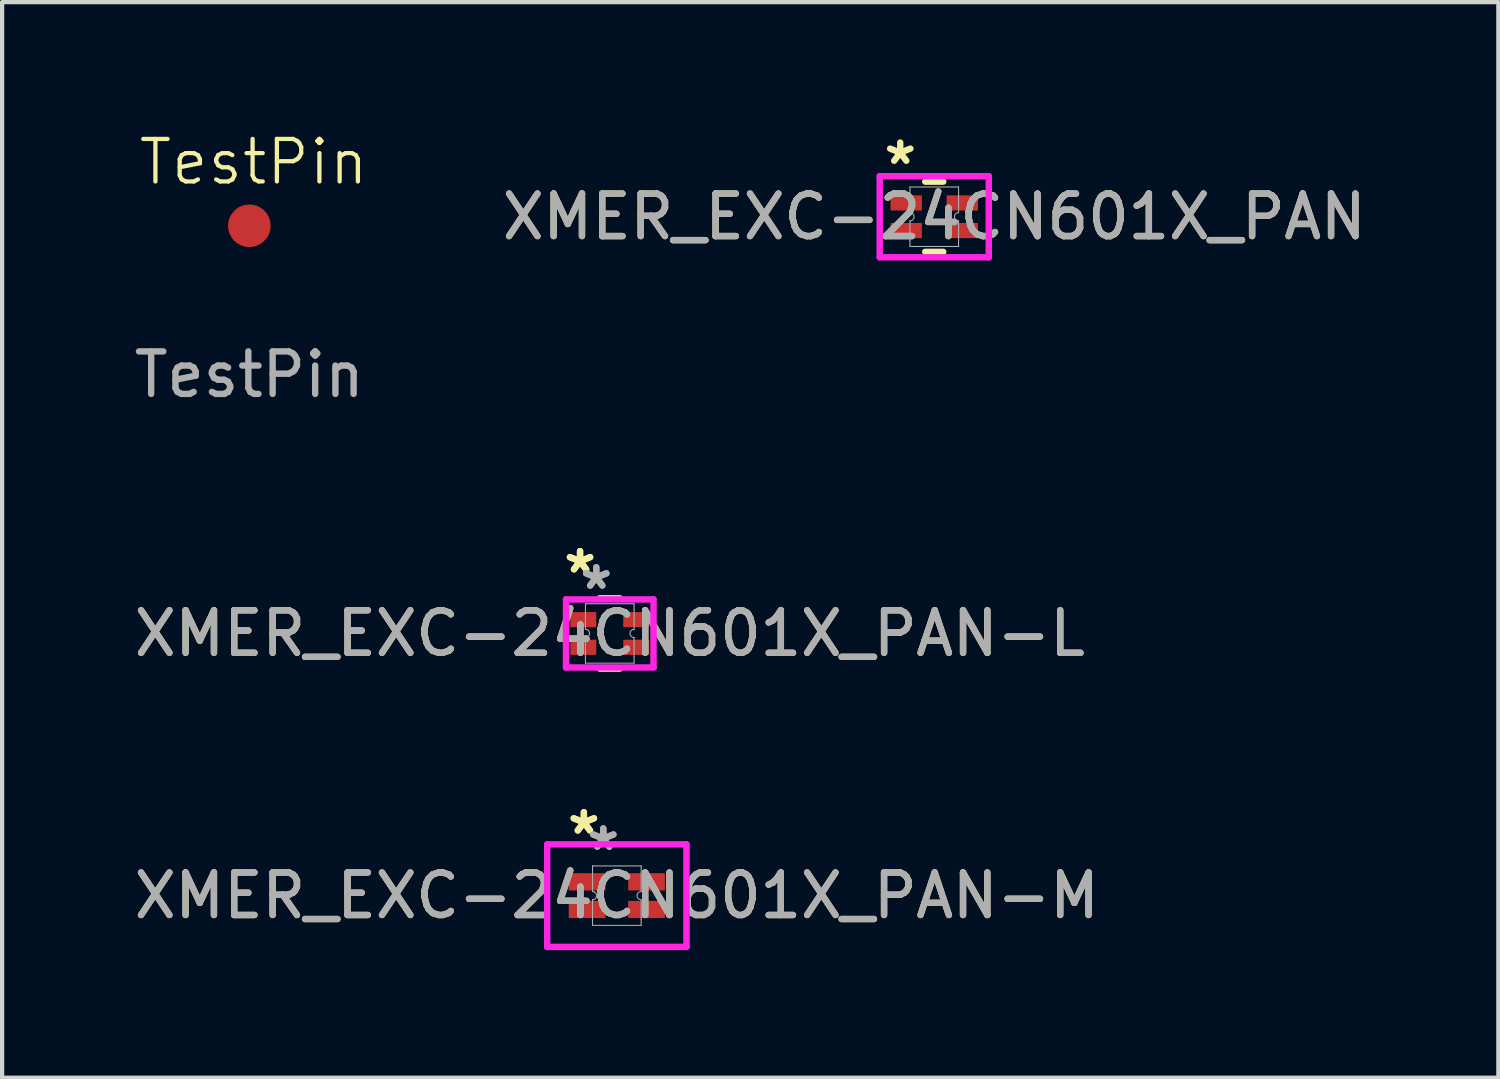
<source format=kicad_pcb>
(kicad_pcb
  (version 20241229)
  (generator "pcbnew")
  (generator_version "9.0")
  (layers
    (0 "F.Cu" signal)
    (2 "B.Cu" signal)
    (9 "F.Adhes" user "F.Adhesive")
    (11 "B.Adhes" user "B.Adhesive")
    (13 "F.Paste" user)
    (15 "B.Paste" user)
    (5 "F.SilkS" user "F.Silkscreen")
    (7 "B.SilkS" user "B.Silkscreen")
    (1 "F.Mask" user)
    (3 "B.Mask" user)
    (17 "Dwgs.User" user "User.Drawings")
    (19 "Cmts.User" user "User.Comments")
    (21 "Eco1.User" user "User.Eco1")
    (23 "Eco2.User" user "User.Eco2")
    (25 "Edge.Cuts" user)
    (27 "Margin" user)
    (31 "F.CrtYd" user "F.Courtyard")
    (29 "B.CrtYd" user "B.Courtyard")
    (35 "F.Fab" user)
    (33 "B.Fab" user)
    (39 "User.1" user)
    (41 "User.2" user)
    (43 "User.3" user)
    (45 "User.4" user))
  (footprint "XMER_EXC-24CN601X_PAN"
    (layer "F.Cu")
    (at 18.924 2.048)
    (property "Reference" "XMER_EXC-24CN601X_PAN" (at 0 0 0) (unlocked yes) (layer "F.SilkS") (effects (font (size 1 1) (thickness 0.15))))
    (attr smd)
    (fp_line (start -0.211 0.826) (end 0.211 0.826) (stroke (width 0.152) (type solid)) (layer "F.SilkS"))
    (fp_line (start 0.211 -0.826) (end -0.211 -0.826) (stroke (width 0.152) (type solid)) (layer "F.SilkS"))
    (fp_line (start -1.283 -0.953) (end 1.283 -0.953) (stroke (width 0.152) (type solid)) (layer "F.CrtYd"))
    (fp_line (start -1.283 0.953) (end -1.283 -0.953) (stroke (width 0.152) (type solid)) (layer "F.CrtYd"))
    (fp_line (start 1.283 -0.953) (end 1.283 0.953) (stroke (width 0.152) (type solid)) (layer "F.CrtYd"))
    (fp_line (start 1.283 0.953) (end -1.283 0.953) (stroke (width 0.152) (type solid)) (layer "F.CrtYd"))
    (fp_line (start -0.572 -0.699) (end -0.572 -0.554) (stroke (width 0.025) (type solid)) (layer "F.Fab"))
    (fp_line (start -0.572 -0.554) (end -0.572 -0.096) (stroke (width 0.025) (type solid)) (layer "F.Fab"))
    (fp_line (start -0.572 0.096) (end -0.572 0.554) (stroke (width 0.025) (type solid)) (layer "F.Fab"))
    (fp_line (start -0.572 0.554) (end -0.572 0.699) (stroke (width 0.025) (type solid)) (layer "F.Fab"))
    (fp_line (start -0.572 0.699) (end 0.572 0.699) (stroke (width 0.025) (type solid)) (layer "F.Fab"))
    (fp_line (start 0.572 -0.699) (end -0.572 -0.699) (stroke (width 0.025) (type solid)) (layer "F.Fab"))
    (fp_line (start 0.572 -0.699) (end 0.572 -0.554) (stroke (width 0.025) (type solid)) (layer "F.Fab"))
    (fp_line (start 0.572 -0.554) (end 0.572 -0.096) (stroke (width 0.025) (type solid)) (layer "F.Fab"))
    (fp_line (start 0.572 0.096) (end 0.572 0.554) (stroke (width 0.025) (type solid)) (layer "F.Fab"))
    (fp_line (start 0.572 0.554) (end 0.572 0.699) (stroke (width 0.025) (type solid)) (layer "F.Fab"))
    (fp_arc (start -0.5715 -0.096401) (mid -0.475099 0) (end -0.5715 0.096401) (stroke (width 0.0254) (type solid)) (layer "F.Fab"))
    (fp_arc (start 0.5715 0.096401) (mid 0.475099 0) (end 0.5715 -0.096401) (stroke (width 0.0254) (type solid)) (layer "F.Fab"))
    (fp_text user "*" (at -0.8 -1.2 0) (layer "F.SilkS") (effects (font (size 1 1) (thickness 0.15))))
    (fp_text user "${REFERENCE}" (at 0 0 0) (unlocked yes) (layer "F.Fab") (effects (font (size 1 1) (thickness 0.15))))
    (pad "1" smd rect (at -0.66 -0.325) (size 0.737 0.356) (layers "F.Cu" "F.Mask" "F.Paste"))
    (pad "2" smd rect (at -0.66 0.325) (size 0.737 0.356) (layers "F.Cu" "F.Mask" "F.Paste"))
    (pad "3" smd rect (at 0.66 0.325) (size 0.737 0.356) (layers "F.Cu" "F.Mask" "F.Paste"))
    (pad "4" smd rect (at 0.66 -0.325) (size 0.737 0.356) (layers "F.Cu" "F.Mask" "F.Paste")))
  (footprint "XMER_EXC-24CN601X_PAN-M"
    (layer "F.Cu")
    (at 11.458 18.016)
    (property "Reference" "XMER_EXC-24CN601X_PAN-M" (at 0 0 0) (unlocked yes) (layer "F.SilkS") (effects (font (size 1 1) (thickness 0.15))))
    (attr smd)
    (fp_line (start -1.638 -1.206) (end 1.638 -1.206) (stroke (width 0.152) (type solid)) (layer "F.CrtYd"))
    (fp_line (start -1.638 1.206) (end -1.638 -1.206) (stroke (width 0.152) (type solid)) (layer "F.CrtYd"))
    (fp_line (start 1.638 -1.206) (end 1.638 1.206) (stroke (width 0.152) (type solid)) (layer "F.CrtYd"))
    (fp_line (start 1.638 1.206) (end -1.638 1.206) (stroke (width 0.152) (type solid)) (layer "F.CrtYd"))
    (fp_line (start -0.572 -0.699) (end -0.572 -0.554) (stroke (width 0.025) (type solid)) (layer "F.Fab"))
    (fp_line (start -0.572 -0.554) (end -0.572 -0.096) (stroke (width 0.025) (type solid)) (layer "F.Fab"))
    (fp_line (start -0.572 0.096) (end -0.572 0.554) (stroke (width 0.025) (type solid)) (layer "F.Fab"))
    (fp_line (start -0.572 0.554) (end -0.572 0.699) (stroke (width 0.025) (type solid)) (layer "F.Fab"))
    (fp_line (start -0.572 0.699) (end 0.572 0.699) (stroke (width 0.025) (type solid)) (layer "F.Fab"))
    (fp_line (start 0.572 -0.699) (end -0.572 -0.699) (stroke (width 0.025) (type solid)) (layer "F.Fab"))
    (fp_line (start 0.572 -0.699) (end 0.572 -0.554) (stroke (width 0.025) (type solid)) (layer "F.Fab"))
    (fp_line (start 0.572 -0.554) (end 0.572 -0.096) (stroke (width 0.025) (type solid)) (layer "F.Fab"))
    (fp_line (start 0.572 0.096) (end 0.572 0.554) (stroke (width 0.025) (type solid)) (layer "F.Fab"))
    (fp_line (start 0.572 0.554) (end 0.572 0.699) (stroke (width 0.025) (type solid)) (layer "F.Fab"))
    (fp_arc (start -0.5715 -0.096401) (mid -0.475099 0) (end -0.5715 0.096401) (stroke (width 0.0254) (type solid)) (layer "F.Fab"))
    (fp_arc (start 0.5715 0.096401) (mid 0.475099 0) (end 0.5715 -0.096401) (stroke (width 0.0254) (type solid)) (layer "F.Fab"))
    (fp_text user "*" (at -0.775 -1.417 0) (layer "F.SilkS") (effects (font (size 1 1) (thickness 0.15))))
    (fp_text user "*" (at -0.775 -1.417 0) (unlocked yes) (layer "F.SilkS") (effects (font (size 1 1) (thickness 0.15))))
    (fp_text user "*" (at -0.318 -1.036 0) (unlocked yes) (layer "F.Fab") (effects (font (size 1 1) (thickness 0.15))))
    (fp_text user "*" (at -0.318 -1.036 0) (layer "F.Fab") (effects (font (size 1 1) (thickness 0.15))))
    (fp_text user "${REFERENCE}" (at 0 0 0) (unlocked yes) (layer "F.Fab") (effects (font (size 1 1) (thickness 0.15))))
    (pad "1" smd rect (at -0.699 -0.325) (size 0.864 0.406) (layers "F.Cu" "F.Mask" "F.Paste"))
    (pad "2" smd rect (at -0.699 0.325) (size 0.864 0.406) (layers "F.Cu" "F.Mask" "F.Paste"))
    (pad "3" smd rect (at 0.699 0.325) (size 0.864 0.406) (layers "F.Cu" "F.Mask" "F.Paste"))
    (pad "4" smd rect (at 0.699 -0.325) (size 0.864 0.406) (layers "F.Cu" "F.Mask" "F.Paste")))
  (footprint "XMER_EXC-24CN601X_PAN-L"
    (layer "F.Cu")
    (at 11.292 11.849)
    (property "Reference" "XMER_EXC-24CN601X_PAN-L" (at 0 0 0) (unlocked yes) (layer "F.SilkS") (effects (font (size 1 1) (thickness 0.15))))
    (attr smd)
    (fp_line (start -0.236 0.826) (end 0.236 0.826) (stroke (width 0.152) (type solid)) (layer "F.SilkS"))
    (fp_line (start 0.236 -0.826) (end -0.236 -0.826) (stroke (width 0.152) (type solid)) (layer "F.SilkS"))
    (fp_line (start -1.029 -0.8) (end 1.029 -0.8) (stroke (width 0.152) (type solid)) (layer "F.CrtYd"))
    (fp_line (start -1.029 0.8) (end -1.029 -0.8) (stroke (width 0.152) (type solid)) (layer "F.CrtYd"))
    (fp_line (start 1.029 -0.8) (end 1.029 0.8) (stroke (width 0.152) (type solid)) (layer "F.CrtYd"))
    (fp_line (start 1.029 0.8) (end -1.029 0.8) (stroke (width 0.152) (type solid)) (layer "F.CrtYd"))
    (fp_line (start -0.572 -0.699) (end -0.572 -0.554) (stroke (width 0.025) (type solid)) (layer "F.Fab"))
    (fp_line (start -0.572 -0.554) (end -0.572 -0.096) (stroke (width 0.025) (type solid)) (layer "F.Fab"))
    (fp_line (start -0.572 0.096) (end -0.572 0.554) (stroke (width 0.025) (type solid)) (layer "F.Fab"))
    (fp_line (start -0.572 0.554) (end -0.572 0.699) (stroke (width 0.025) (type solid)) (layer "F.Fab"))
    (fp_line (start -0.572 0.699) (end 0.572 0.699) (stroke (width 0.025) (type solid)) (layer "F.Fab"))
    (fp_line (start 0.572 -0.699) (end -0.572 -0.699) (stroke (width 0.025) (type solid)) (layer "F.Fab"))
    (fp_line (start 0.572 -0.699) (end 0.572 -0.554) (stroke (width 0.025) (type solid)) (layer "F.Fab"))
    (fp_line (start 0.572 -0.554) (end 0.572 -0.096) (stroke (width 0.025) (type solid)) (layer "F.Fab"))
    (fp_line (start 0.572 0.096) (end 0.572 0.554) (stroke (width 0.025) (type solid)) (layer "F.Fab"))
    (fp_line (start 0.572 0.554) (end 0.572 0.699) (stroke (width 0.025) (type solid)) (layer "F.Fab"))
    (fp_arc (start -0.5715 -0.096401) (mid -0.475099 0) (end -0.5715 0.096401) (stroke (width 0.0254) (type solid)) (layer "F.Fab"))
    (fp_arc (start 0.5715 0.096401) (mid 0.475099 0) (end 0.5715 -0.096401) (stroke (width 0.0254) (type solid)) (layer "F.Fab"))
    (fp_text user "*" (at -0.699 -1.392 0) (unlocked yes) (layer "F.SilkS") (effects (font (size 1 1) (thickness 0.15))))
    (fp_text user "*" (at -0.699 -1.392 0) (layer "F.SilkS") (effects (font (size 1 1) (thickness 0.15))))
    (fp_text user "*" (at -0.318 -1.011 0) (layer "F.Fab") (effects (font (size 1 1) (thickness 0.15))))
    (fp_text user "${REFERENCE}" (at 0 0 0) (unlocked yes) (layer "F.Fab") (effects (font (size 1 1) (thickness 0.15))))
    (fp_text user "*" (at -0.318 -1.011 0) (unlocked yes) (layer "F.Fab") (effects (font (size 1 1) (thickness 0.15))))
    (pad "1" smd rect (at -0.622 -0.325) (size 0.61 0.356) (layers "F.Cu" "F.Mask" "F.Paste"))
    (pad "2" smd rect (at -0.622 0.325) (size 0.61 0.356) (layers "F.Cu" "F.Mask" "F.Paste"))
    (pad "3" smd rect (at 0.622 0.325) (size 0.61 0.356) (layers "F.Cu" "F.Mask" "F.Paste"))
    (pad "4" smd rect (at 0.622 -0.325) (size 0.61 0.356) (layers "F.Cu" "F.Mask" "F.Paste")))
  (footprint "TestPin"
    (layer "F.Cu")
    (at 2.815 2.26)
    (property "Reference" "TestPin" (at 0.1 -1.5 0) (unlocked yes) (layer "F.SilkS") (effects (font (size 1 1) (thickness 0.1))))
    (attr smd)
    (fp_text user "${REFERENCE}" (at 0 3.5 0) (unlocked yes) (layer "F.Fab") (effects (font (size 1 1) (thickness 0.15))))
    (pad "1" smd circle (at 0 0) (size 1 1) (layers "F.Cu" "F.Mask" "F.Paste")))
  (gr_rect
    (start -3 -3)
    (end 32.192 22.299)
    (stroke (width 0.1) (type default))
    (fill no)
    (layer "Edge.Cuts")))
</source>
